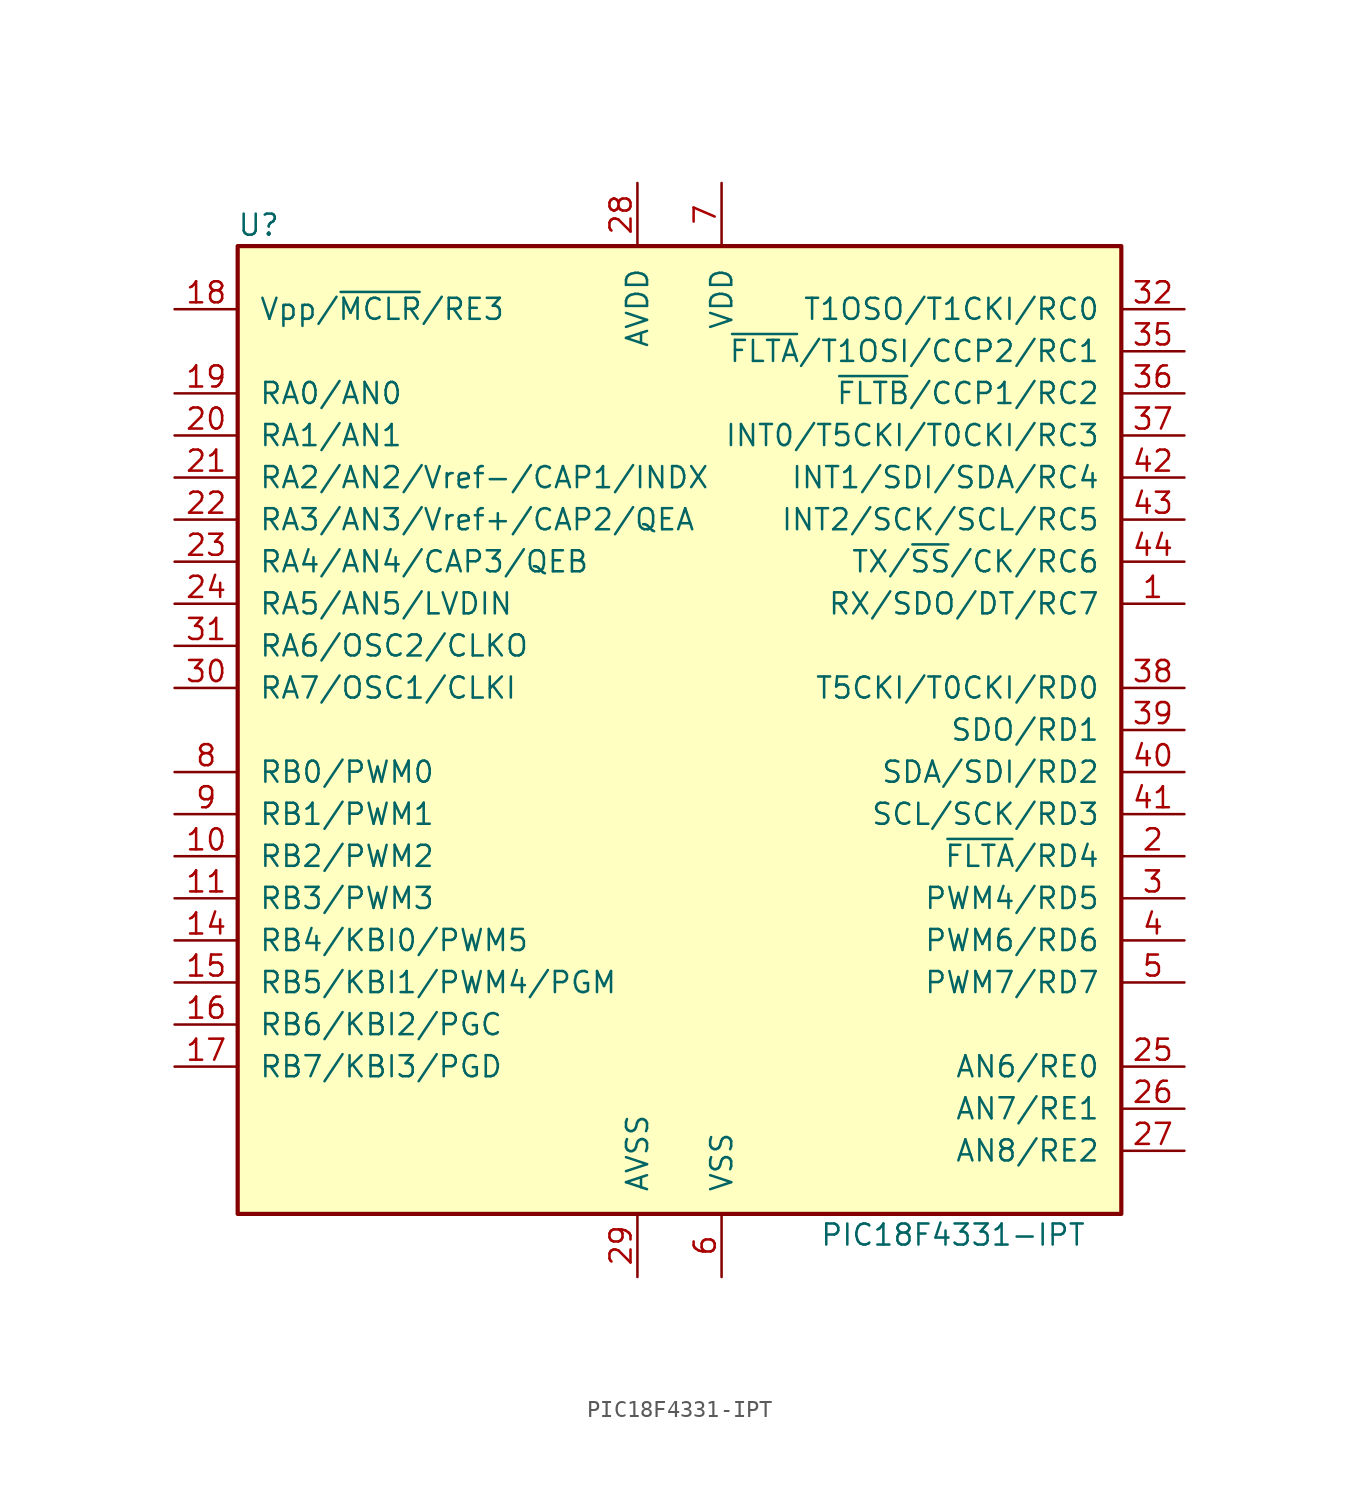
<source format=kicad_sym>
(kicad_symbol_lib
  (version 20201005)
  (generator kicad_symbol_editor)
  (symbol "MCU_Microchip_PIC18:PIC18F4331-IPT"
    (pin_names
      (offset 1.27))
    (property "Reference" "U"
      (at -25.4 30.48 0)
      (effects (font (size 1.27 1.27))))
    (property "Value" "PIC18F4331-IPT"
      (at 16.51 -30.48 0)
      (effects (font (size 1.27 1.27))))
    (symbol "PIC18F4331-IPT_0_1"
      (rectangle (start -26.67 29.21) (end 26.67 -29.21) (stroke (width 0.254)) (fill (type background))))
    (symbol "PIC18F4331-IPT_1_1"
      (pin bidirectional line (at 30.48 7.62 180) (length 3.81) (name "RX/SDO/DT/RC7" (effects (font (size 1.27 1.27)))) (number "1" (effects (font (size 1.27 1.27)))))
      (pin bidirectional line (at -30.48 -7.62 0) (length 3.81) (name "RB2/PWM2" (effects (font (size 1.27 1.27)))) (number "10" (effects (font (size 1.27 1.27)))))
      (pin bidirectional line (at -30.48 -10.16 0) (length 3.81) (name "RB3/PWM3" (effects (font (size 1.27 1.27)))) (number "11" (effects (font (size 1.27 1.27)))))
      (pin no_connect line (at -15.24 -33.02 90) (length 3.81) hide (name "NC" (effects (font (size 1.27 1.27)))) (number "12" (effects (font (size 1.27 1.27)))))
      (pin no_connect line (at -12.7 -33.02 90) (length 3.81) hide (name "NC" (effects (font (size 1.27 1.27)))) (number "13" (effects (font (size 1.27 1.27)))))
      (pin bidirectional line (at -30.48 -12.7 0) (length 3.81) (name "RB4/KBI0/PWM5" (effects (font (size 1.27 1.27)))) (number "14" (effects (font (size 1.27 1.27)))))
      (pin bidirectional line (at -30.48 -15.24 0) (length 3.81) (name "RB5/KBI1/PWM4/PGM" (effects (font (size 1.27 1.27)))) (number "15" (effects (font (size 1.27 1.27)))))
      (pin bidirectional line (at -30.48 -17.78 0) (length 3.81) (name "RB6/KBI2/PGC" (effects (font (size 1.27 1.27)))) (number "16" (effects (font (size 1.27 1.27)))))
      (pin bidirectional line (at -30.48 -20.32 0) (length 3.81) (name "RB7/KBI3/PGD" (effects (font (size 1.27 1.27)))) (number "17" (effects (font (size 1.27 1.27)))))
      (pin input line (at -30.48 25.4 0) (length 3.81) (name "Vpp/~MCLR~/RE3" (effects (font (size 1.27 1.27)))) (number "18" (effects (font (size 1.27 1.27)))))
      (pin bidirectional line (at -30.48 20.32 0) (length 3.81) (name "RA0/AN0" (effects (font (size 1.27 1.27)))) (number "19" (effects (font (size 1.27 1.27)))))
      (pin bidirectional line (at 30.48 -7.62 180) (length 3.81) (name "~FLTA~/RD4" (effects (font (size 1.27 1.27)))) (number "2" (effects (font (size 1.27 1.27)))))
      (pin bidirectional line (at -30.48 17.78 0) (length 3.81) (name "RA1/AN1" (effects (font (size 1.27 1.27)))) (number "20" (effects (font (size 1.27 1.27)))))
      (pin bidirectional line (at -30.48 15.24 0) (length 3.81) (name "RA2/AN2/Vref-/CAP1/INDX" (effects (font (size 1.27 1.27)))) (number "21" (effects (font (size 1.27 1.27)))))
      (pin bidirectional line (at -30.48 12.7 0) (length 3.81) (name "RA3/AN3/Vref+/CAP2/QEA" (effects (font (size 1.27 1.27)))) (number "22" (effects (font (size 1.27 1.27)))))
      (pin bidirectional line (at -30.48 10.16 0) (length 3.81) (name "RA4/AN4/CAP3/QEB" (effects (font (size 1.27 1.27)))) (number "23" (effects (font (size 1.27 1.27)))))
      (pin bidirectional line (at -30.48 7.62 0) (length 3.81) (name "RA5/AN5/LVDIN" (effects (font (size 1.27 1.27)))) (number "24" (effects (font (size 1.27 1.27)))))
      (pin bidirectional line (at 30.48 -20.32 180) (length 3.81) (name "AN6/RE0" (effects (font (size 1.27 1.27)))) (number "25" (effects (font (size 1.27 1.27)))))
      (pin bidirectional line (at 30.48 -22.86 180) (length 3.81) (name "AN7/RE1" (effects (font (size 1.27 1.27)))) (number "26" (effects (font (size 1.27 1.27)))))
      (pin bidirectional line (at 30.48 -25.4 180) (length 3.81) (name "AN8/RE2" (effects (font (size 1.27 1.27)))) (number "27" (effects (font (size 1.27 1.27)))))
      (pin power_in line (at -2.54 33.02 270) (length 3.81) (name "AVDD" (effects (font (size 1.27 1.27)))) (number "28" (effects (font (size 1.27 1.27)))))
      (pin power_in line (at -2.54 -33.02 90) (length 3.81) (name "AVSS" (effects (font (size 1.27 1.27)))) (number "29" (effects (font (size 1.27 1.27)))))
      (pin bidirectional line (at 30.48 -10.16 180) (length 3.81) (name "PWM4/RD5" (effects (font (size 1.27 1.27)))) (number "3" (effects (font (size 1.27 1.27)))))
      (pin bidirectional line (at -30.48 2.54 0) (length 3.81) (name "RA7/OSC1/CLKI" (effects (font (size 1.27 1.27)))) (number "30" (effects (font (size 1.27 1.27)))))
      (pin bidirectional line (at -30.48 5.08 0) (length 3.81) (name "RA6/OSC2/CLKO" (effects (font (size 1.27 1.27)))) (number "31" (effects (font (size 1.27 1.27)))))
      (pin bidirectional line (at 30.48 25.4 180) (length 3.81) (name "T1OSO/T1CKI/RC0" (effects (font (size 1.27 1.27)))) (number "32" (effects (font (size 1.27 1.27)))))
      (pin no_connect line (at -10.16 -33.02 90) (length 3.81) hide (name "NC" (effects (font (size 1.27 1.27)))) (number "33" (effects (font (size 1.27 1.27)))))
      (pin no_connect line (at -7.62 -33.02 90) (length 3.81) hide (name "NC" (effects (font (size 1.27 1.27)))) (number "34" (effects (font (size 1.27 1.27)))))
      (pin bidirectional line (at 30.48 22.86 180) (length 3.81) (name "~FLTA~/T1OSI/CCP2/RC1" (effects (font (size 1.27 1.27)))) (number "35" (effects (font (size 1.27 1.27)))))
      (pin bidirectional line (at 30.48 20.32 180) (length 3.81) (name "~FLTB~/CCP1/RC2" (effects (font (size 1.27 1.27)))) (number "36" (effects (font (size 1.27 1.27)))))
      (pin bidirectional line (at 30.48 17.78 180) (length 3.81) (name "INT0/T5CKI/T0CKI/RC3" (effects (font (size 1.27 1.27)))) (number "37" (effects (font (size 1.27 1.27)))))
      (pin bidirectional line (at 30.48 2.54 180) (length 3.81) (name "T5CKI/T0CKI/RD0" (effects (font (size 1.27 1.27)))) (number "38" (effects (font (size 1.27 1.27)))))
      (pin bidirectional line (at 30.48 0 180) (length 3.81) (name "SDO/RD1" (effects (font (size 1.27 1.27)))) (number "39" (effects (font (size 1.27 1.27)))))
      (pin bidirectional line (at 30.48 -12.7 180) (length 3.81) (name "PWM6/RD6" (effects (font (size 1.27 1.27)))) (number "4" (effects (font (size 1.27 1.27)))))
      (pin bidirectional line (at 30.48 -2.54 180) (length 3.81) (name "SDA/SDI/RD2" (effects (font (size 1.27 1.27)))) (number "40" (effects (font (size 1.27 1.27)))))
      (pin bidirectional line (at 30.48 -5.08 180) (length 3.81) (name "SCL/SCK/RD3" (effects (font (size 1.27 1.27)))) (number "41" (effects (font (size 1.27 1.27)))))
      (pin bidirectional line (at 30.48 15.24 180) (length 3.81) (name "INT1/SDI/SDA/RC4" (effects (font (size 1.27 1.27)))) (number "42" (effects (font (size 1.27 1.27)))))
      (pin bidirectional line (at 30.48 12.7 180) (length 3.81) (name "INT2/SCK/SCL/RC5" (effects (font (size 1.27 1.27)))) (number "43" (effects (font (size 1.27 1.27)))))
      (pin bidirectional line (at 30.48 10.16 180) (length 3.81) (name "TX/~SS~/CK/RC6" (effects (font (size 1.27 1.27)))) (number "44" (effects (font (size 1.27 1.27)))))
      (pin bidirectional line (at 30.48 -15.24 180) (length 3.81) (name "PWM7/RD7" (effects (font (size 1.27 1.27)))) (number "5" (effects (font (size 1.27 1.27)))))
      (pin power_in line (at 2.54 -33.02 90) (length 3.81) (name "VSS" (effects (font (size 1.27 1.27)))) (number "6" (effects (font (size 1.27 1.27)))))
      (pin power_in line (at 2.54 33.02 270) (length 3.81) (name "VDD" (effects (font (size 1.27 1.27)))) (number "7" (effects (font (size 1.27 1.27)))))
      (pin bidirectional line (at -30.48 -2.54 0) (length 3.81) (name "RB0/PWM0" (effects (font (size 1.27 1.27)))) (number "8" (effects (font (size 1.27 1.27)))))
      (pin bidirectional line (at -30.48 -5.08 0) (length 3.81) (name "RB1/PWM1" (effects (font (size 1.27 1.27)))) (number "9" (effects (font (size 1.27 1.27))))))))
</source>
